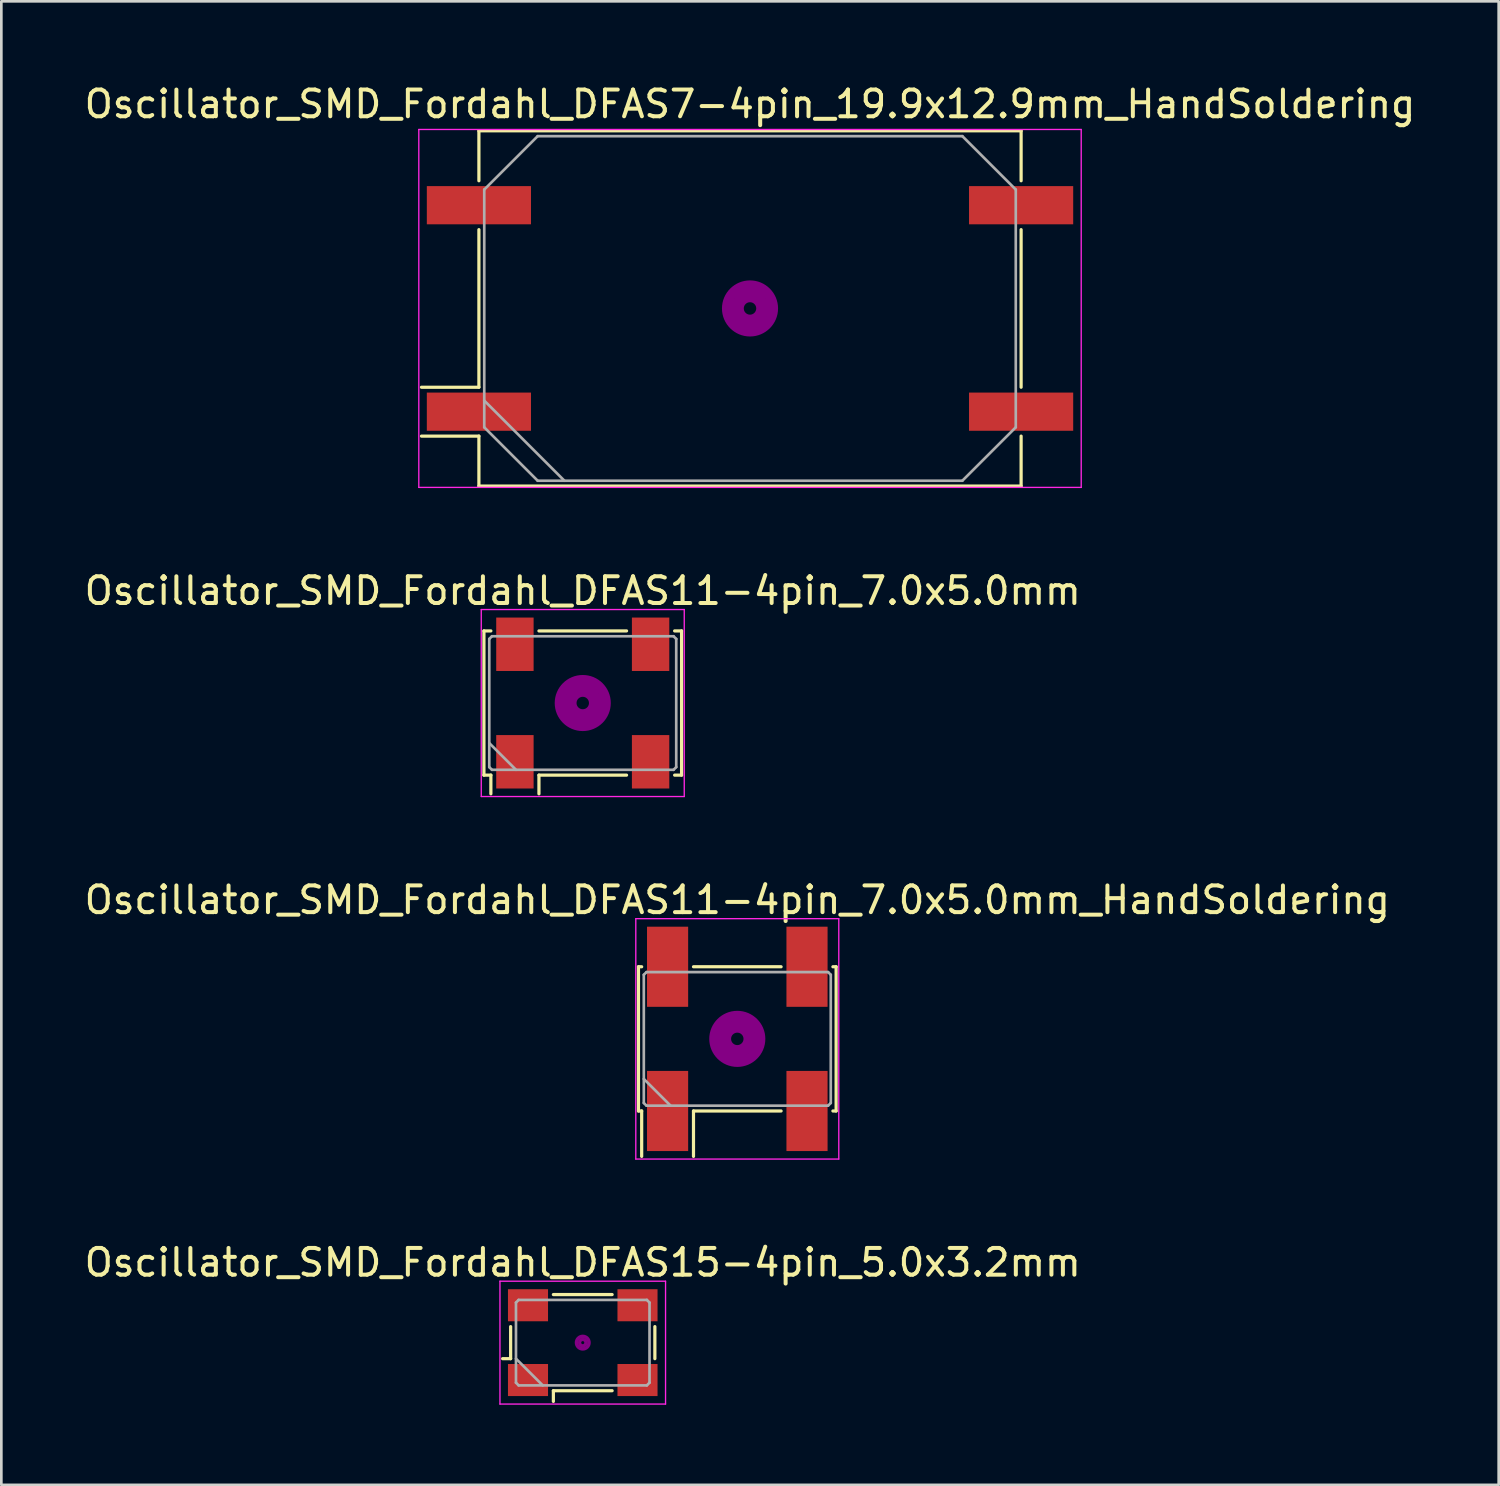
<source format=kicad_pcb>
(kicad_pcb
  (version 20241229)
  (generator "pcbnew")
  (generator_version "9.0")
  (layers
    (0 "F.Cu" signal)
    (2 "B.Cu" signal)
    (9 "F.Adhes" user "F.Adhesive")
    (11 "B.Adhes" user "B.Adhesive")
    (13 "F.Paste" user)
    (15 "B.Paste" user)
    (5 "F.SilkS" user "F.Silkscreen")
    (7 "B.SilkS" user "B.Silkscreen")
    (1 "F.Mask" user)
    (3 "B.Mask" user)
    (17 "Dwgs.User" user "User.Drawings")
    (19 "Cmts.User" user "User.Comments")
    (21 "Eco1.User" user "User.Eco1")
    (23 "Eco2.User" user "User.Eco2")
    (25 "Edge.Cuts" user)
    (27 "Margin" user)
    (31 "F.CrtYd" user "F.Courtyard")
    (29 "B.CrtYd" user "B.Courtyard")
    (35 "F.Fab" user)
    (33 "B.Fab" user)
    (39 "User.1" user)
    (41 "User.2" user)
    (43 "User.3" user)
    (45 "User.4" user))
  (footprint "Oscillator_SMD_Fordahl_DFAS15-4pin_5.0x3.2mm"
    (layer "F.Cu")
    (at 18.768 47.218)
    (property "Reference" "Oscillator_SMD_Fordahl_DFAS15-4pin_5.0x3.2mm" (at 0 -3 0) (layer "F.SilkS") (effects (font (size 1 1) (thickness 0.15))))
    (attr smd)
    (fp_line (start -3 0.6) (end -2.7 0.6) (stroke (width 0.12) (type solid)) (layer "F.SilkS"))
    (fp_line (start -2.7 0.6) (end -2.7 -0.6) (stroke (width 0.12) (type solid)) (layer "F.SilkS"))
    (fp_line (start -1.1 -1.8) (end 1.1 -1.8) (stroke (width 0.12) (type solid)) (layer "F.SilkS"))
    (fp_line (start -1.1 1.8) (end -1.1 2.2) (stroke (width 0.12) (type solid)) (layer "F.SilkS"))
    (fp_line (start 1.1 1.8) (end -1.1 1.8) (stroke (width 0.12) (type solid)) (layer "F.SilkS"))
    (fp_line (start 2.7 -0.6) (end 2.7 0.6) (stroke (width 0.12) (type solid)) (layer "F.SilkS"))
    (fp_circle (center 0 0) (end 0.058 0) (stroke (width 0.117) (type solid)) (fill no) (layer "F.Adhes"))
    (fp_circle (center 0 0) (end 0.133 0) (stroke (width 0.083) (type solid)) (fill no) (layer "F.Adhes"))
    (fp_circle (center 0 0) (end 0.208 0) (stroke (width 0.083) (type solid)) (fill no) (layer "F.Adhes"))
    (fp_circle (center 0 0) (end 0.25 0) (stroke (width 0.1) (type solid)) (fill no) (layer "F.Adhes"))
    (fp_line (start -3.1 -2.3) (end -3.1 2.3) (stroke (width 0.05) (type solid)) (layer "F.CrtYd"))
    (fp_line (start -3.1 2.3) (end 3.1 2.3) (stroke (width 0.05) (type solid)) (layer "F.CrtYd"))
    (fp_line (start 3.1 -2.3) (end -3.1 -2.3) (stroke (width 0.05) (type solid)) (layer "F.CrtYd"))
    (fp_line (start 3.1 2.3) (end 3.1 -2.3) (stroke (width 0.05) (type solid)) (layer "F.CrtYd"))
    (fp_line (start -2.5 -1.5) (end -2.4 -1.6) (stroke (width 0.1) (type solid)) (layer "F.Fab"))
    (fp_line (start -2.5 0.6) (end -1.5 1.6) (stroke (width 0.1) (type solid)) (layer "F.Fab"))
    (fp_line (start -2.5 1.5) (end -2.5 -1.5) (stroke (width 0.1) (type solid)) (layer "F.Fab"))
    (fp_line (start -2.4 -1.6) (end 2.4 -1.6) (stroke (width 0.1) (type solid)) (layer "F.Fab"))
    (fp_line (start -2.4 1.6) (end -2.5 1.5) (stroke (width 0.1) (type solid)) (layer "F.Fab"))
    (fp_line (start 2.4 -1.6) (end 2.5 -1.5) (stroke (width 0.1) (type solid)) (layer "F.Fab"))
    (fp_line (start 2.4 1.6) (end -2.4 1.6) (stroke (width 0.1) (type solid)) (layer "F.Fab"))
    (fp_line (start 2.5 -1.5) (end 2.5 1.5) (stroke (width 0.1) (type solid)) (layer "F.Fab"))
    (fp_line (start 2.5 1.5) (end 2.4 1.6) (stroke (width 0.1) (type solid)) (layer "F.Fab"))
    (pad "1" smd rect (at -2.05 1.4) (size 1.5 1.2) (layers "F.Cu" "F.Mask"))
    (pad "2" smd rect (at 2.05 1.4) (size 1.5 1.2) (layers "F.Cu" "F.Mask"))
    (pad "3" smd rect (at 2.05 -1.4) (size 1.5 1.2) (layers "F.Cu" "F.Mask"))
    (pad "4" smd rect (at -2.05 -1.4) (size 1.5 1.2) (layers "F.Cu" "F.Mask")))
  (footprint "Oscillator_SMD_Fordahl_DFAS11-4pin_7.0x5.0mm_HandSoldering"
    (layer "F.Cu")
    (at 24.554 35.845)
    (property "Reference" "Oscillator_SMD_Fordahl_DFAS11-4pin_7.0x5.0mm_HandSoldering" (at 0 -5.2 0) (layer "F.SilkS") (effects (font (size 1 1) (thickness 0.15))))
    (attr smd)
    (fp_line (start -3.7 -2.7) (end -3.58 -2.7) (stroke (width 0.12) (type solid)) (layer "F.SilkS"))
    (fp_line (start -3.7 2.7) (end -3.7 -2.7) (stroke (width 0.12) (type solid)) (layer "F.SilkS"))
    (fp_line (start -3.58 2.7) (end -3.7 2.7) (stroke (width 0.12) (type solid)) (layer "F.SilkS"))
    (fp_line (start -3.58 4.4) (end -3.58 2.7) (stroke (width 0.12) (type solid)) (layer "F.SilkS"))
    (fp_line (start -1.64 -2.7) (end 1.64 -2.7) (stroke (width 0.12) (type solid)) (layer "F.SilkS"))
    (fp_line (start -1.64 2.7) (end -1.64 4.4) (stroke (width 0.12) (type solid)) (layer "F.SilkS"))
    (fp_line (start 1.64 2.7) (end -1.64 2.7) (stroke (width 0.12) (type solid)) (layer "F.SilkS"))
    (fp_line (start 3.58 -2.7) (end 3.7 -2.7) (stroke (width 0.12) (type solid)) (layer "F.SilkS"))
    (fp_line (start 3.7 -2.7) (end 3.7 2.7) (stroke (width 0.12) (type solid)) (layer "F.SilkS"))
    (fp_line (start 3.7 2.7) (end 3.58 2.7) (stroke (width 0.12) (type solid)) (layer "F.SilkS"))
    (fp_circle (center 0 0) (end 0.233 0) (stroke (width 0.467) (type solid)) (fill no) (layer "F.Adhes"))
    (fp_circle (center 0 0) (end 0.533 0) (stroke (width 0.333) (type solid)) (fill no) (layer "F.Adhes"))
    (fp_circle (center 0 0) (end 0.833 0) (stroke (width 0.333) (type solid)) (fill no) (layer "F.Adhes"))
    (fp_circle (center 0 0) (end 1 0) (stroke (width 0.1) (type solid)) (fill no) (layer "F.Adhes"))
    (fp_line (start -3.8 -4.5) (end -3.8 4.5) (stroke (width 0.05) (type solid)) (layer "F.CrtYd"))
    (fp_line (start -3.8 4.5) (end 3.8 4.5) (stroke (width 0.05) (type solid)) (layer "F.CrtYd"))
    (fp_line (start 3.8 -4.5) (end -3.8 -4.5) (stroke (width 0.05) (type solid)) (layer "F.CrtYd"))
    (fp_line (start 3.8 4.5) (end 3.8 -4.5) (stroke (width 0.05) (type solid)) (layer "F.CrtYd"))
    (fp_line (start -3.5 -2.4) (end -3.4 -2.5) (stroke (width 0.1) (type solid)) (layer "F.Fab"))
    (fp_line (start -3.5 1.5) (end -2.5 2.5) (stroke (width 0.1) (type solid)) (layer "F.Fab"))
    (fp_line (start -3.5 2.4) (end -3.5 -2.4) (stroke (width 0.1) (type solid)) (layer "F.Fab"))
    (fp_line (start -3.4 -2.5) (end 3.4 -2.5) (stroke (width 0.1) (type solid)) (layer "F.Fab"))
    (fp_line (start -3.4 2.5) (end -3.5 2.4) (stroke (width 0.1) (type solid)) (layer "F.Fab"))
    (fp_line (start 3.4 -2.5) (end 3.5 -2.4) (stroke (width 0.1) (type solid)) (layer "F.Fab"))
    (fp_line (start 3.4 2.5) (end -3.4 2.5) (stroke (width 0.1) (type solid)) (layer "F.Fab"))
    (fp_line (start 3.5 -2.4) (end 3.5 2.4) (stroke (width 0.1) (type solid)) (layer "F.Fab"))
    (fp_line (start 3.5 2.4) (end 3.4 2.5) (stroke (width 0.1) (type solid)) (layer "F.Fab"))
    (pad "1" smd rect (at -2.61 2.7) (size 1.54 3) (layers "F.Cu" "F.Mask"))
    (pad "2" smd rect (at 2.61 2.7) (size 1.54 3) (layers "F.Cu" "F.Mask"))
    (pad "3" smd rect (at 2.61 -2.7) (size 1.54 3) (layers "F.Cu" "F.Mask"))
    (pad "4" smd rect (at -2.61 -2.7) (size 1.54 3) (layers "F.Cu" "F.Mask")))
  (footprint "Oscillator_SMD_Fordahl_DFAS7-4pin_19.9x12.9mm_HandSoldering"
    (layer "F.Cu")
    (at 25.03 8.498)
    (property "Reference" "Oscillator_SMD_Fordahl_DFAS7-4pin_19.9x12.9mm_HandSoldering" (at 0 -7.65 0) (layer "F.SilkS") (effects (font (size 1 1) (thickness 0.15))))
    (attr smd)
    (fp_line (start -12.3 2.95) (end -10.15 2.95) (stroke (width 0.12) (type solid)) (layer "F.SilkS"))
    (fp_line (start -12.3 4.78) (end -10.15 4.78) (stroke (width 0.12) (type solid)) (layer "F.SilkS"))
    (fp_line (start -10.15 -6.65) (end 10.15 -6.65) (stroke (width 0.12) (type solid)) (layer "F.SilkS"))
    (fp_line (start -10.15 -4.78) (end -10.15 -6.65) (stroke (width 0.12) (type solid)) (layer "F.SilkS"))
    (fp_line (start -10.15 2.95) (end -10.15 -2.95) (stroke (width 0.12) (type solid)) (layer "F.SilkS"))
    (fp_line (start -10.15 4.78) (end -10.15 6.65) (stroke (width 0.12) (type solid)) (layer "F.SilkS"))
    (fp_line (start -10.15 6.65) (end 10.15 6.65) (stroke (width 0.12) (type solid)) (layer "F.SilkS"))
    (fp_line (start 10.15 -6.65) (end 10.15 -4.78) (stroke (width 0.12) (type solid)) (layer "F.SilkS"))
    (fp_line (start 10.15 -2.95) (end 10.15 2.95) (stroke (width 0.12) (type solid)) (layer "F.SilkS"))
    (fp_line (start 10.15 6.65) (end 10.15 4.78) (stroke (width 0.12) (type solid)) (layer "F.SilkS"))
    (fp_circle (center 0 0) (end 0.233 0) (stroke (width 0.467) (type solid)) (fill no) (layer "F.Adhes"))
    (fp_circle (center 0 0) (end 0.533 0) (stroke (width 0.333) (type solid)) (fill no) (layer "F.Adhes"))
    (fp_circle (center 0 0) (end 0.833 0) (stroke (width 0.333) (type solid)) (fill no) (layer "F.Adhes"))
    (fp_circle (center 0 0) (end 1 0) (stroke (width 0.1) (type solid)) (fill no) (layer "F.Adhes"))
    (fp_line (start -12.4 -6.7) (end -12.4 6.7) (stroke (width 0.05) (type solid)) (layer "F.CrtYd"))
    (fp_line (start -12.4 6.7) (end 12.4 6.7) (stroke (width 0.05) (type solid)) (layer "F.CrtYd"))
    (fp_line (start 12.4 -6.7) (end -12.4 -6.7) (stroke (width 0.05) (type solid)) (layer "F.CrtYd"))
    (fp_line (start 12.4 6.7) (end 12.4 -6.7) (stroke (width 0.05) (type solid)) (layer "F.CrtYd"))
    (fp_line (start -9.95 -4.45) (end -7.95 -6.45) (stroke (width 0.1) (type solid)) (layer "F.Fab"))
    (fp_line (start -9.95 3.45) (end -6.95 6.45) (stroke (width 0.1) (type solid)) (layer "F.Fab"))
    (fp_line (start -9.95 4.45) (end -9.95 -4.45) (stroke (width 0.1) (type solid)) (layer "F.Fab"))
    (fp_line (start -7.95 -6.45) (end 7.95 -6.45) (stroke (width 0.1) (type solid)) (layer "F.Fab"))
    (fp_line (start -7.95 6.45) (end -9.95 4.45) (stroke (width 0.1) (type solid)) (layer "F.Fab"))
    (fp_line (start 7.95 -6.45) (end 9.95 -4.45) (stroke (width 0.1) (type solid)) (layer "F.Fab"))
    (fp_line (start 7.95 6.45) (end -7.95 6.45) (stroke (width 0.1) (type solid)) (layer "F.Fab"))
    (fp_line (start 9.95 -4.45) (end 9.95 4.45) (stroke (width 0.1) (type solid)) (layer "F.Fab"))
    (fp_line (start 9.95 4.45) (end 7.95 6.45) (stroke (width 0.1) (type solid)) (layer "F.Fab"))
    (pad "1" smd rect (at -10.15 3.865) (size 3.9 1.43) (layers "F.Cu" "F.Mask"))
    (pad "2" smd rect (at 10.15 3.865) (size 3.9 1.43) (layers "F.Cu" "F.Mask"))
    (pad "3" smd rect (at 10.15 -3.865) (size 3.9 1.43) (layers "F.Cu" "F.Mask"))
    (pad "4" smd rect (at -10.15 -3.865) (size 3.9 1.43) (layers "F.Cu" "F.Mask")))
  (footprint "Oscillator_SMD_Fordahl_DFAS11-4pin_7.0x5.0mm"
    (layer "F.Cu")
    (at 18.768 23.271)
    (property "Reference" "Oscillator_SMD_Fordahl_DFAS11-4pin_7.0x5.0mm" (at 0 -4.2 0) (layer "F.SilkS") (effects (font (size 1 1) (thickness 0.15))))
    (attr smd)
    (fp_line (start -3.7 -2.7) (end -3.44 -2.7) (stroke (width 0.12) (type solid)) (layer "F.SilkS"))
    (fp_line (start -3.7 2.7) (end -3.7 -2.7) (stroke (width 0.12) (type solid)) (layer "F.SilkS"))
    (fp_line (start -3.44 2.7) (end -3.7 2.7) (stroke (width 0.12) (type solid)) (layer "F.SilkS"))
    (fp_line (start -3.44 3.4) (end -3.44 2.7) (stroke (width 0.12) (type solid)) (layer "F.SilkS"))
    (fp_line (start -1.64 -2.7) (end 1.64 -2.7) (stroke (width 0.12) (type solid)) (layer "F.SilkS"))
    (fp_line (start -1.64 2.7) (end -1.64 3.4) (stroke (width 0.12) (type solid)) (layer "F.SilkS"))
    (fp_line (start 1.64 2.7) (end -1.64 2.7) (stroke (width 0.12) (type solid)) (layer "F.SilkS"))
    (fp_line (start 3.44 -2.7) (end 3.7 -2.7) (stroke (width 0.12) (type solid)) (layer "F.SilkS"))
    (fp_line (start 3.7 -2.7) (end 3.7 2.7) (stroke (width 0.12) (type solid)) (layer "F.SilkS"))
    (fp_line (start 3.7 2.7) (end 3.44 2.7) (stroke (width 0.12) (type solid)) (layer "F.SilkS"))
    (fp_circle (center 0 0) (end 0.233 0) (stroke (width 0.467) (type solid)) (fill no) (layer "F.Adhes"))
    (fp_circle (center 0 0) (end 0.533 0) (stroke (width 0.333) (type solid)) (fill no) (layer "F.Adhes"))
    (fp_circle (center 0 0) (end 0.833 0) (stroke (width 0.333) (type solid)) (fill no) (layer "F.Adhes"))
    (fp_circle (center 0 0) (end 1 0) (stroke (width 0.1) (type solid)) (fill no) (layer "F.Adhes"))
    (fp_line (start -3.8 -3.5) (end -3.8 3.5) (stroke (width 0.05) (type solid)) (layer "F.CrtYd"))
    (fp_line (start -3.8 3.5) (end 3.8 3.5) (stroke (width 0.05) (type solid)) (layer "F.CrtYd"))
    (fp_line (start 3.8 -3.5) (end -3.8 -3.5) (stroke (width 0.05) (type solid)) (layer "F.CrtYd"))
    (fp_line (start 3.8 3.5) (end 3.8 -3.5) (stroke (width 0.05) (type solid)) (layer "F.CrtYd"))
    (fp_line (start -3.5 -2.4) (end -3.4 -2.5) (stroke (width 0.1) (type solid)) (layer "F.Fab"))
    (fp_line (start -3.5 1.5) (end -2.5 2.5) (stroke (width 0.1) (type solid)) (layer "F.Fab"))
    (fp_line (start -3.5 2.4) (end -3.5 -2.4) (stroke (width 0.1) (type solid)) (layer "F.Fab"))
    (fp_line (start -3.4 -2.5) (end 3.4 -2.5) (stroke (width 0.1) (type solid)) (layer "F.Fab"))
    (fp_line (start -3.4 2.5) (end -3.5 2.4) (stroke (width 0.1) (type solid)) (layer "F.Fab"))
    (fp_line (start 3.4 -2.5) (end 3.5 -2.4) (stroke (width 0.1) (type solid)) (layer "F.Fab"))
    (fp_line (start 3.4 2.5) (end -3.4 2.5) (stroke (width 0.1) (type solid)) (layer "F.Fab"))
    (fp_line (start 3.5 -2.4) (end 3.5 2.4) (stroke (width 0.1) (type solid)) (layer "F.Fab"))
    (fp_line (start 3.5 2.4) (end 3.4 2.5) (stroke (width 0.1) (type solid)) (layer "F.Fab"))
    (pad "1" smd rect (at -2.54 2.2) (size 1.4 2) (layers "F.Cu" "F.Mask"))
    (pad "2" smd rect (at 2.54 2.2) (size 1.4 2) (layers "F.Cu" "F.Mask"))
    (pad "3" smd rect (at 2.54 -2.2) (size 1.4 2) (layers "F.Cu" "F.Mask"))
    (pad "4" smd rect (at -2.54 -2.2) (size 1.4 2) (layers "F.Cu" "F.Mask")))
  (gr_rect
    (start -3 -3)
    (end 53.06 52.543)
    (stroke (width 0.1) (type default))
    (fill no)
    (layer "Edge.Cuts")))
</source>
